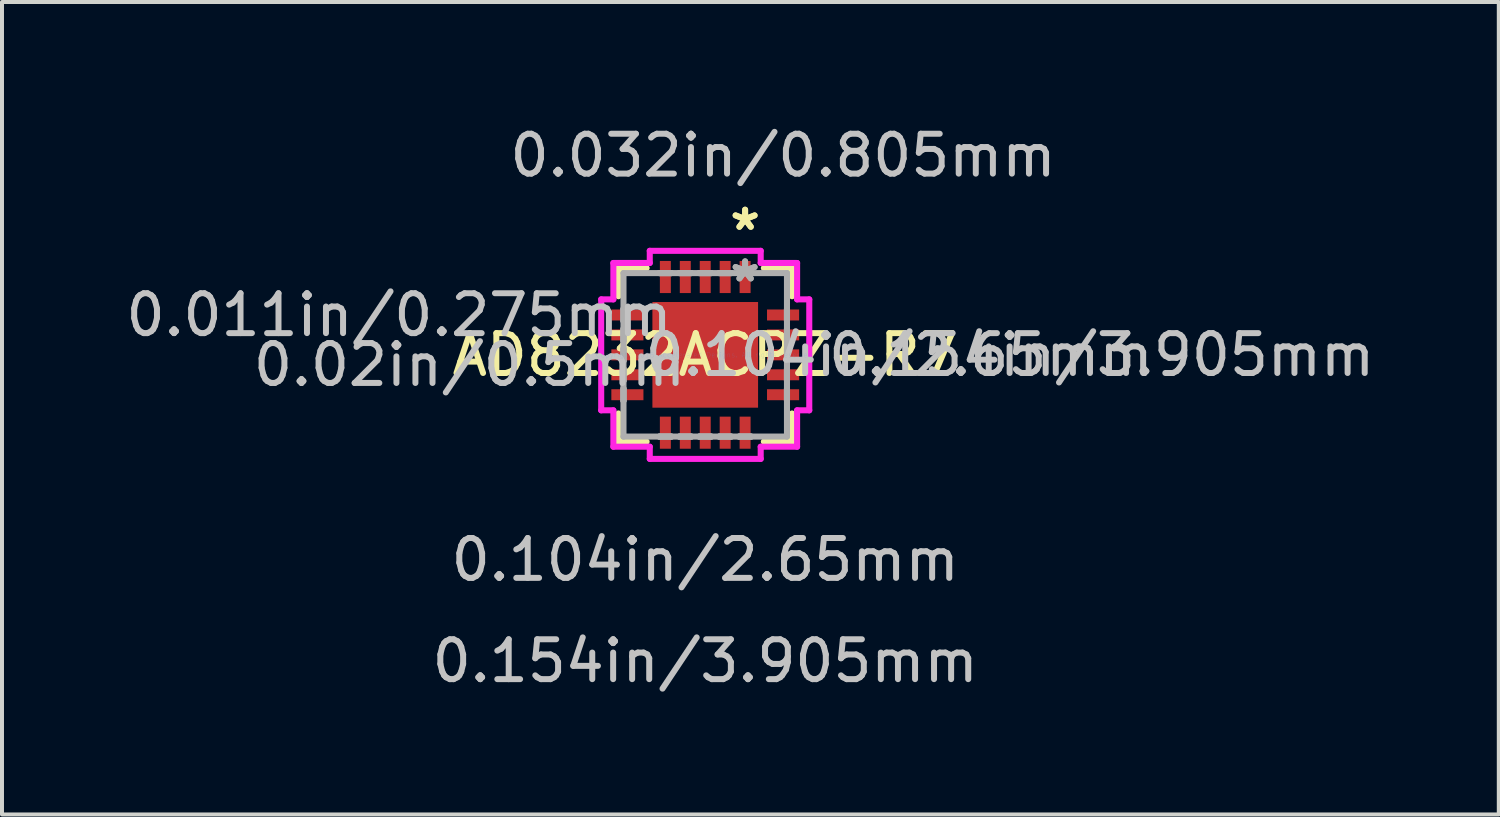
<source format=kicad_pcb>
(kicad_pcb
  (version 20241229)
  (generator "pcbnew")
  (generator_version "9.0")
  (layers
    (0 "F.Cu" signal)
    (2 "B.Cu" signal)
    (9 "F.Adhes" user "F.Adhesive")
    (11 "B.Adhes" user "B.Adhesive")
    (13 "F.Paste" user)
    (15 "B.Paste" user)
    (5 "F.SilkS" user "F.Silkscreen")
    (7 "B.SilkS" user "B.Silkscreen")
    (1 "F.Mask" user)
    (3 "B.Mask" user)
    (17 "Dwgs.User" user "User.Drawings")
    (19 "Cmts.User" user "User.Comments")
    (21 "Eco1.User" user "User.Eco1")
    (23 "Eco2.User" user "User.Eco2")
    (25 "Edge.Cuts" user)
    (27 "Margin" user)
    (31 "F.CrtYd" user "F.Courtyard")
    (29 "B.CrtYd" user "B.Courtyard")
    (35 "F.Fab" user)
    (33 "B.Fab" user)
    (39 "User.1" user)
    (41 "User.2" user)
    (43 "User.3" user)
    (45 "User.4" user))
  (footprint "AD8232ACPZ-R7"
    (layer "F.Cu")
    (at 14.636 5.849)
    (property "Reference" "AD8232ACPZ-R7" (at 0 0 0) (layer "F.SilkS") (effects (font (size 1 1) (thickness 0.15))))
    (attr through_hole)
    (fp_line (start -2.177 -2.177) (end -2.177 -1.47) (stroke (width 0.152) (type solid)) (layer "F.SilkS"))
    (fp_line (start -2.177 1.47) (end -2.177 2.177) (stroke (width 0.152) (type solid)) (layer "F.SilkS"))
    (fp_line (start -2.177 2.177) (end -1.47 2.177) (stroke (width 0.152) (type solid)) (layer "F.SilkS"))
    (fp_line (start -1.47 -2.177) (end -2.177 -2.177) (stroke (width 0.152) (type solid)) (layer "F.SilkS"))
    (fp_line (start 1.47 2.177) (end 2.177 2.177) (stroke (width 0.152) (type solid)) (layer "F.SilkS"))
    (fp_line (start 2.177 -2.177) (end 1.47 -2.177) (stroke (width 0.152) (type solid)) (layer "F.SilkS"))
    (fp_line (start 2.177 -1.47) (end 2.177 -2.177) (stroke (width 0.152) (type solid)) (layer "F.SilkS"))
    (fp_line (start 2.177 2.177) (end 2.177 1.47) (stroke (width 0.152) (type solid)) (layer "F.SilkS"))
    (fp_line (start -1.225 -1.225) (end -1.225 -0.1) (stroke (width 0.152) (type solid)) (layer "F.Paste"))
    (fp_line (start -1.225 -0.1) (end -0.1 -0.1) (stroke (width 0.152) (type solid)) (layer "F.Paste"))
    (fp_line (start -1.225 0.1) (end -1.225 1.225) (stroke (width 0.152) (type solid)) (layer "F.Paste"))
    (fp_line (start -1.225 1.225) (end -0.1 1.225) (stroke (width 0.152) (type solid)) (layer "F.Paste"))
    (fp_line (start -0.1 -1.225) (end -1.225 -1.225) (stroke (width 0.152) (type solid)) (layer "F.Paste"))
    (fp_line (start -0.1 -0.1) (end -0.1 -1.225) (stroke (width 0.152) (type solid)) (layer "F.Paste"))
    (fp_line (start -0.1 0.1) (end -1.225 0.1) (stroke (width 0.152) (type solid)) (layer "F.Paste"))
    (fp_line (start -0.1 1.225) (end -0.1 0.1) (stroke (width 0.152) (type solid)) (layer "F.Paste"))
    (fp_line (start 0.1 -1.225) (end 0.1 -0.1) (stroke (width 0.152) (type solid)) (layer "F.Paste"))
    (fp_line (start 0.1 -0.1) (end 1.225 -0.1) (stroke (width 0.152) (type solid)) (layer "F.Paste"))
    (fp_line (start 0.1 0.1) (end 0.1 1.225) (stroke (width 0.152) (type solid)) (layer "F.Paste"))
    (fp_line (start 0.1 1.225) (end 1.225 1.225) (stroke (width 0.152) (type solid)) (layer "F.Paste"))
    (fp_line (start 1.225 -1.225) (end 0.1 -1.225) (stroke (width 0.152) (type solid)) (layer "F.Paste"))
    (fp_line (start 1.225 -0.1) (end 1.225 -1.225) (stroke (width 0.152) (type solid)) (layer "F.Paste"))
    (fp_line (start 1.225 0.1) (end 0.1 0.1) (stroke (width 0.152) (type solid)) (layer "F.Paste"))
    (fp_line (start 1.225 1.225) (end 1.225 0.1) (stroke (width 0.152) (type solid)) (layer "F.Paste"))
    (fp_line (start -2.609 -1.391) (end -2.304 -1.391) (stroke (width 0.152) (type solid)) (layer "F.CrtYd"))
    (fp_line (start -2.609 1.391) (end -2.609 -1.391) (stroke (width 0.152) (type solid)) (layer "F.CrtYd"))
    (fp_line (start -2.304 -2.304) (end -1.391 -2.304) (stroke (width 0.152) (type solid)) (layer "F.CrtYd"))
    (fp_line (start -2.304 -1.391) (end -2.304 -2.304) (stroke (width 0.152) (type solid)) (layer "F.CrtYd"))
    (fp_line (start -2.304 1.391) (end -2.609 1.391) (stroke (width 0.152) (type solid)) (layer "F.CrtYd"))
    (fp_line (start -2.304 2.304) (end -2.304 1.391) (stroke (width 0.152) (type solid)) (layer "F.CrtYd"))
    (fp_line (start -1.391 -2.609) (end 1.391 -2.609) (stroke (width 0.152) (type solid)) (layer "F.CrtYd"))
    (fp_line (start -1.391 -2.304) (end -1.391 -2.609) (stroke (width 0.152) (type solid)) (layer "F.CrtYd"))
    (fp_line (start -1.391 2.304) (end -2.304 2.304) (stroke (width 0.152) (type solid)) (layer "F.CrtYd"))
    (fp_line (start -1.391 2.609) (end -1.391 2.304) (stroke (width 0.152) (type solid)) (layer "F.CrtYd"))
    (fp_line (start 1.391 -2.609) (end 1.391 -2.304) (stroke (width 0.152) (type solid)) (layer "F.CrtYd"))
    (fp_line (start 1.391 -2.304) (end 2.304 -2.304) (stroke (width 0.152) (type solid)) (layer "F.CrtYd"))
    (fp_line (start 1.391 2.304) (end 1.391 2.609) (stroke (width 0.152) (type solid)) (layer "F.CrtYd"))
    (fp_line (start 1.391 2.609) (end -1.391 2.609) (stroke (width 0.152) (type solid)) (layer "F.CrtYd"))
    (fp_line (start 2.304 -2.304) (end 2.304 -1.391) (stroke (width 0.152) (type solid)) (layer "F.CrtYd"))
    (fp_line (start 2.304 -1.391) (end 2.609 -1.391) (stroke (width 0.152) (type solid)) (layer "F.CrtYd"))
    (fp_line (start 2.304 1.391) (end 2.304 2.304) (stroke (width 0.152) (type solid)) (layer "F.CrtYd"))
    (fp_line (start 2.304 2.304) (end 1.391 2.304) (stroke (width 0.152) (type solid)) (layer "F.CrtYd"))
    (fp_line (start 2.609 -1.391) (end 2.609 1.391) (stroke (width 0.152) (type solid)) (layer "F.CrtYd"))
    (fp_line (start 2.609 1.391) (end 2.304 1.391) (stroke (width 0.152) (type solid)) (layer "F.CrtYd"))
    (fp_line (start -2.05 -2.05) (end -2.05 2.05) (stroke (width 0.152) (type solid)) (layer "F.Fab"))
    (fp_line (start -2.05 -1.15) (end -2.05 -1.15) (stroke (width 0.152) (type solid)) (layer "F.Fab"))
    (fp_line (start -2.05 -1.15) (end -2.05 -0.85) (stroke (width 0.152) (type solid)) (layer "F.Fab"))
    (fp_line (start -2.05 -0.85) (end -2.05 -1.15) (stroke (width 0.152) (type solid)) (layer "F.Fab"))
    (fp_line (start -2.05 -0.85) (end -2.05 -0.85) (stroke (width 0.152) (type solid)) (layer "F.Fab"))
    (fp_line (start -2.05 -0.65) (end -2.05 -0.65) (stroke (width 0.152) (type solid)) (layer "F.Fab"))
    (fp_line (start -2.05 -0.65) (end -2.05 -0.35) (stroke (width 0.152) (type solid)) (layer "F.Fab"))
    (fp_line (start -2.05 -0.35) (end -2.05 -0.65) (stroke (width 0.152) (type solid)) (layer "F.Fab"))
    (fp_line (start -2.05 -0.35) (end -2.05 -0.35) (stroke (width 0.152) (type solid)) (layer "F.Fab"))
    (fp_line (start -2.05 -0.15) (end -2.05 -0.15) (stroke (width 0.152) (type solid)) (layer "F.Fab"))
    (fp_line (start -2.05 -0.15) (end -2.05 0.15) (stroke (width 0.152) (type solid)) (layer "F.Fab"))
    (fp_line (start -2.05 0.15) (end -2.05 -0.15) (stroke (width 0.152) (type solid)) (layer "F.Fab"))
    (fp_line (start -2.05 0.15) (end -2.05 0.15) (stroke (width 0.152) (type solid)) (layer "F.Fab"))
    (fp_line (start -2.05 0.35) (end -2.05 0.35) (stroke (width 0.152) (type solid)) (layer "F.Fab"))
    (fp_line (start -2.05 0.35) (end -2.05 0.65) (stroke (width 0.152) (type solid)) (layer "F.Fab"))
    (fp_line (start -2.05 0.65) (end -2.05 0.35) (stroke (width 0.152) (type solid)) (layer "F.Fab"))
    (fp_line (start -2.05 0.65) (end -2.05 0.65) (stroke (width 0.152) (type solid)) (layer "F.Fab"))
    (fp_line (start -2.05 0.85) (end -2.05 0.85) (stroke (width 0.152) (type solid)) (layer "F.Fab"))
    (fp_line (start -2.05 0.85) (end -2.05 1.15) (stroke (width 0.152) (type solid)) (layer "F.Fab"))
    (fp_line (start -2.05 1.15) (end -2.05 0.85) (stroke (width 0.152) (type solid)) (layer "F.Fab"))
    (fp_line (start -2.05 1.15) (end -2.05 1.15) (stroke (width 0.152) (type solid)) (layer "F.Fab"))
    (fp_line (start -2.05 2.05) (end 2.05 2.05) (stroke (width 0.152) (type solid)) (layer "F.Fab"))
    (fp_line (start -1.15 -2.05) (end -1.15 -2.05) (stroke (width 0.152) (type solid)) (layer "F.Fab"))
    (fp_line (start -1.15 -2.05) (end -0.85 -2.05) (stroke (width 0.152) (type solid)) (layer "F.Fab"))
    (fp_line (start -1.15 2.05) (end -1.15 2.05) (stroke (width 0.152) (type solid)) (layer "F.Fab"))
    (fp_line (start -1.15 2.05) (end -0.85 2.05) (stroke (width 0.152) (type solid)) (layer "F.Fab"))
    (fp_line (start -0.85 -2.05) (end -1.15 -2.05) (stroke (width 0.152) (type solid)) (layer "F.Fab"))
    (fp_line (start -0.85 -2.05) (end -0.85 -2.05) (stroke (width 0.152) (type solid)) (layer "F.Fab"))
    (fp_line (start -0.85 2.05) (end -1.15 2.05) (stroke (width 0.152) (type solid)) (layer "F.Fab"))
    (fp_line (start -0.85 2.05) (end -0.85 2.05) (stroke (width 0.152) (type solid)) (layer "F.Fab"))
    (fp_line (start -0.65 -2.05) (end -0.65 -2.05) (stroke (width 0.152) (type solid)) (layer "F.Fab"))
    (fp_line (start -0.65 -2.05) (end -0.35 -2.05) (stroke (width 0.152) (type solid)) (layer "F.Fab"))
    (fp_line (start -0.65 2.05) (end -0.65 2.05) (stroke (width 0.152) (type solid)) (layer "F.Fab"))
    (fp_line (start -0.65 2.05) (end -0.35 2.05) (stroke (width 0.152) (type solid)) (layer "F.Fab"))
    (fp_line (start -0.35 -2.05) (end -0.65 -2.05) (stroke (width 0.152) (type solid)) (layer "F.Fab"))
    (fp_line (start -0.35 -2.05) (end -0.35 -2.05) (stroke (width 0.152) (type solid)) (layer "F.Fab"))
    (fp_line (start -0.35 2.05) (end -0.65 2.05) (stroke (width 0.152) (type solid)) (layer "F.Fab"))
    (fp_line (start -0.35 2.05) (end -0.35 2.05) (stroke (width 0.152) (type solid)) (layer "F.Fab"))
    (fp_line (start -0.15 -2.05) (end -0.15 -2.05) (stroke (width 0.152) (type solid)) (layer "F.Fab"))
    (fp_line (start -0.15 -2.05) (end 0.15 -2.05) (stroke (width 0.152) (type solid)) (layer "F.Fab"))
    (fp_line (start -0.15 2.05) (end -0.15 2.05) (stroke (width 0.152) (type solid)) (layer "F.Fab"))
    (fp_line (start -0.15 2.05) (end 0.15 2.05) (stroke (width 0.152) (type solid)) (layer "F.Fab"))
    (fp_line (start 0.15 -2.05) (end -0.15 -2.05) (stroke (width 0.152) (type solid)) (layer "F.Fab"))
    (fp_line (start 0.15 -2.05) (end 0.15 -2.05) (stroke (width 0.152) (type solid)) (layer "F.Fab"))
    (fp_line (start 0.15 2.05) (end -0.15 2.05) (stroke (width 0.152) (type solid)) (layer "F.Fab"))
    (fp_line (start 0.15 2.05) (end 0.15 2.05) (stroke (width 0.152) (type solid)) (layer "F.Fab"))
    (fp_line (start 0.35 -2.05) (end 0.35 -2.05) (stroke (width 0.152) (type solid)) (layer "F.Fab"))
    (fp_line (start 0.35 -2.05) (end 0.65 -2.05) (stroke (width 0.152) (type solid)) (layer "F.Fab"))
    (fp_line (start 0.35 2.05) (end 0.35 2.05) (stroke (width 0.152) (type solid)) (layer "F.Fab"))
    (fp_line (start 0.35 2.05) (end 0.65 2.05) (stroke (width 0.152) (type solid)) (layer "F.Fab"))
    (fp_line (start 0.65 -2.05) (end 0.35 -2.05) (stroke (width 0.152) (type solid)) (layer "F.Fab"))
    (fp_line (start 0.65 -2.05) (end 0.65 -2.05) (stroke (width 0.152) (type solid)) (layer "F.Fab"))
    (fp_line (start 0.65 2.05) (end 0.35 2.05) (stroke (width 0.152) (type solid)) (layer "F.Fab"))
    (fp_line (start 0.65 2.05) (end 0.65 2.05) (stroke (width 0.152) (type solid)) (layer "F.Fab"))
    (fp_line (start 0.85 -2.05) (end 0.85 -2.05) (stroke (width 0.152) (type solid)) (layer "F.Fab"))
    (fp_line (start 0.85 -2.05) (end 1.15 -2.05) (stroke (width 0.152) (type solid)) (layer "F.Fab"))
    (fp_line (start 0.85 2.05) (end 0.85 2.05) (stroke (width 0.152) (type solid)) (layer "F.Fab"))
    (fp_line (start 0.85 2.05) (end 1.15 2.05) (stroke (width 0.152) (type solid)) (layer "F.Fab"))
    (fp_line (start 1.15 -2.05) (end 0.85 -2.05) (stroke (width 0.152) (type solid)) (layer "F.Fab"))
    (fp_line (start 1.15 -2.05) (end 1.15 -2.05) (stroke (width 0.152) (type solid)) (layer "F.Fab"))
    (fp_line (start 1.15 2.05) (end 0.85 2.05) (stroke (width 0.152) (type solid)) (layer "F.Fab"))
    (fp_line (start 1.15 2.05) (end 1.15 2.05) (stroke (width 0.152) (type solid)) (layer "F.Fab"))
    (fp_line (start 2.05 -2.05) (end -2.05 -2.05) (stroke (width 0.152) (type solid)) (layer "F.Fab"))
    (fp_line (start 2.05 -1.15) (end 2.05 -1.15) (stroke (width 0.152) (type solid)) (layer "F.Fab"))
    (fp_line (start 2.05 -1.15) (end 2.05 -0.85) (stroke (width 0.152) (type solid)) (layer "F.Fab"))
    (fp_line (start 2.05 -0.85) (end 2.05 -1.15) (stroke (width 0.152) (type solid)) (layer "F.Fab"))
    (fp_line (start 2.05 -0.85) (end 2.05 -0.85) (stroke (width 0.152) (type solid)) (layer "F.Fab"))
    (fp_line (start 2.05 -0.65) (end 2.05 -0.65) (stroke (width 0.152) (type solid)) (layer "F.Fab"))
    (fp_line (start 2.05 -0.65) (end 2.05 -0.35) (stroke (width 0.152) (type solid)) (layer "F.Fab"))
    (fp_line (start 2.05 -0.35) (end 2.05 -0.65) (stroke (width 0.152) (type solid)) (layer "F.Fab"))
    (fp_line (start 2.05 -0.35) (end 2.05 -0.35) (stroke (width 0.152) (type solid)) (layer "F.Fab"))
    (fp_line (start 2.05 -0.15) (end 2.05 -0.15) (stroke (width 0.152) (type solid)) (layer "F.Fab"))
    (fp_line (start 2.05 -0.15) (end 2.05 0.15) (stroke (width 0.152) (type solid)) (layer "F.Fab"))
    (fp_line (start 2.05 0.15) (end 2.05 -0.15) (stroke (width 0.152) (type solid)) (layer "F.Fab"))
    (fp_line (start 2.05 0.15) (end 2.05 0.15) (stroke (width 0.152) (type solid)) (layer "F.Fab"))
    (fp_line (start 2.05 0.35) (end 2.05 0.35) (stroke (width 0.152) (type solid)) (layer "F.Fab"))
    (fp_line (start 2.05 0.35) (end 2.05 0.65) (stroke (width 0.152) (type solid)) (layer "F.Fab"))
    (fp_line (start 2.05 0.65) (end 2.05 0.35) (stroke (width 0.152) (type solid)) (layer "F.Fab"))
    (fp_line (start 2.05 0.65) (end 2.05 0.65) (stroke (width 0.152) (type solid)) (layer "F.Fab"))
    (fp_line (start 2.05 0.85) (end 2.05 0.85) (stroke (width 0.152) (type solid)) (layer "F.Fab"))
    (fp_line (start 2.05 0.85) (end 2.05 1.15) (stroke (width 0.152) (type solid)) (layer "F.Fab"))
    (fp_line (start 2.05 1.15) (end 2.05 0.85) (stroke (width 0.152) (type solid)) (layer "F.Fab"))
    (fp_line (start 2.05 1.15) (end 2.05 1.15) (stroke (width 0.152) (type solid)) (layer "F.Fab"))
    (fp_line (start 2.05 2.05) (end 2.05 -2.05) (stroke (width 0.152) (type solid)) (layer "F.Fab"))
    (fp_text user "*" (at 1 -3.095 0) (layer "F.SilkS") (effects (font (size 1 1) (thickness 0.15))))
    (fp_text user "*" (at 1 -3.095 0) (layer "F.SilkS") (effects (font (size 1 1) (thickness 0.15))))
    (fp_text user "0.154in/3.905mm" (at 0 7.678 0) (layer "Dwgs.User") (effects (font (size 1 1) (thickness 0.15))))
    (fp_text user "0.02in/0.5mm" (at -5.911 0.25 0) (layer "Dwgs.User") (effects (font (size 1 1) (thickness 0.15))))
    (fp_text user "0.032in/0.805mm" (at 1.952 -5 0) (layer "Dwgs.User") (effects (font (size 1 1) (thickness 0.15))))
    (fp_text user "0.011in/0.275mm" (at -7.678 -1 0) (layer "Dwgs.User") (effects (font (size 1 1) (thickness 0.15))))
    (fp_text user "0.154in/3.905mm" (at 9.943 0 0) (layer "Dwgs.User") (effects (font (size 1 1) (thickness 0.15))))
    (fp_text user "0.104in/2.65mm" (at 0 5.138 0) (layer "Dwgs.User") (effects (font (size 1 1) (thickness 0.15))))
    (fp_text user "0.104in/2.65mm" (at 4.863 0 0) (layer "Dwgs.User") (effects (font (size 1 1) (thickness 0.15))))
    (fp_text user "Copyright 2016 Accelerated Designs. All rights reserved." (at 0 0 0) (layer "Cmts.User") (effects (font (size 0.127 0.127) (thickness 0.002))))
    (fp_text user "*" (at 1 -1.8 0) (layer "F.Fab") (effects (font (size 1 1) (thickness 0.15))))
    (fp_text user "*" (at 1 -1.8 0) (layer "F.Fab") (effects (font (size 1 1) (thickness 0.15))))
    (pad "1" smd rect (at 1 -1.952) (size 0.275 0.805) (layers "F.Cu" "F.Mask" "F.Paste"))
    (pad "2" smd rect (at 0.5 -1.952) (size 0.275 0.805) (layers "F.Cu" "F.Mask" "F.Paste"))
    (pad "3" smd rect (at 0 -1.952) (size 0.275 0.805) (layers "F.Cu" "F.Mask" "F.Paste"))
    (pad "4" smd rect (at -0.5 -1.952) (size 0.275 0.805) (layers "F.Cu" "F.Mask" "F.Paste"))
    (pad "5" smd rect (at -1 -1.952) (size 0.275 0.805) (layers "F.Cu" "F.Mask" "F.Paste"))
    (pad "6" smd rect (at -1.952 -1 90) (size 0.275 0.805) (layers "F.Cu" "F.Mask" "F.Paste"))
    (pad "7" smd rect (at -1.952 -0.5 90) (size 0.275 0.805) (layers "F.Cu" "F.Mask" "F.Paste"))
    (pad "8" smd rect (at -1.952 0 90) (size 0.275 0.805) (layers "F.Cu" "F.Mask" "F.Paste"))
    (pad "9" smd rect (at -1.952 0.5 90) (size 0.275 0.805) (layers "F.Cu" "F.Mask" "F.Paste"))
    (pad "10" smd rect (at -1.952 1 90) (size 0.275 0.805) (layers "F.Cu" "F.Mask" "F.Paste"))
    (pad "11" smd rect (at -1 1.952) (size 0.275 0.805) (layers "F.Cu" "F.Mask" "F.Paste"))
    (pad "12" smd rect (at -0.5 1.952) (size 0.275 0.805) (layers "F.Cu" "F.Mask" "F.Paste"))
    (pad "13" smd rect (at 0 1.952) (size 0.275 0.805) (layers "F.Cu" "F.Mask" "F.Paste"))
    (pad "14" smd rect (at 0.5 1.952) (size 0.275 0.805) (layers "F.Cu" "F.Mask" "F.Paste"))
    (pad "15" smd rect (at 1 1.952) (size 0.275 0.805) (layers "F.Cu" "F.Mask" "F.Paste"))
    (pad "16" smd rect (at 1.952 1 90) (size 0.275 0.805) (layers "F.Cu" "F.Mask" "F.Paste"))
    (pad "17" smd rect (at 1.952 0.5 90) (size 0.275 0.805) (layers "F.Cu" "F.Mask" "F.Paste"))
    (pad "18" smd rect (at 1.952 0 90) (size 0.275 0.805) (layers "F.Cu" "F.Mask" "F.Paste"))
    (pad "19" smd rect (at 1.952 -0.5 90) (size 0.275 0.805) (layers "F.Cu" "F.Mask" "F.Paste"))
    (pad "20" smd rect (at 1.952 -1 90) (size 0.275 0.805) (layers "F.Cu" "F.Mask" "F.Paste"))
    (pad "HTAB" smd rect (at 0 0) (size 2.65 2.65) (layers "F.Cu" "F.Mask" "F.Paste")))
  (gr_rect
    (start -3 -3)
    (end 34.537 17.375)
    (stroke (width 0.1) (type default))
    (fill no)
    (layer "Edge.Cuts")))
</source>
